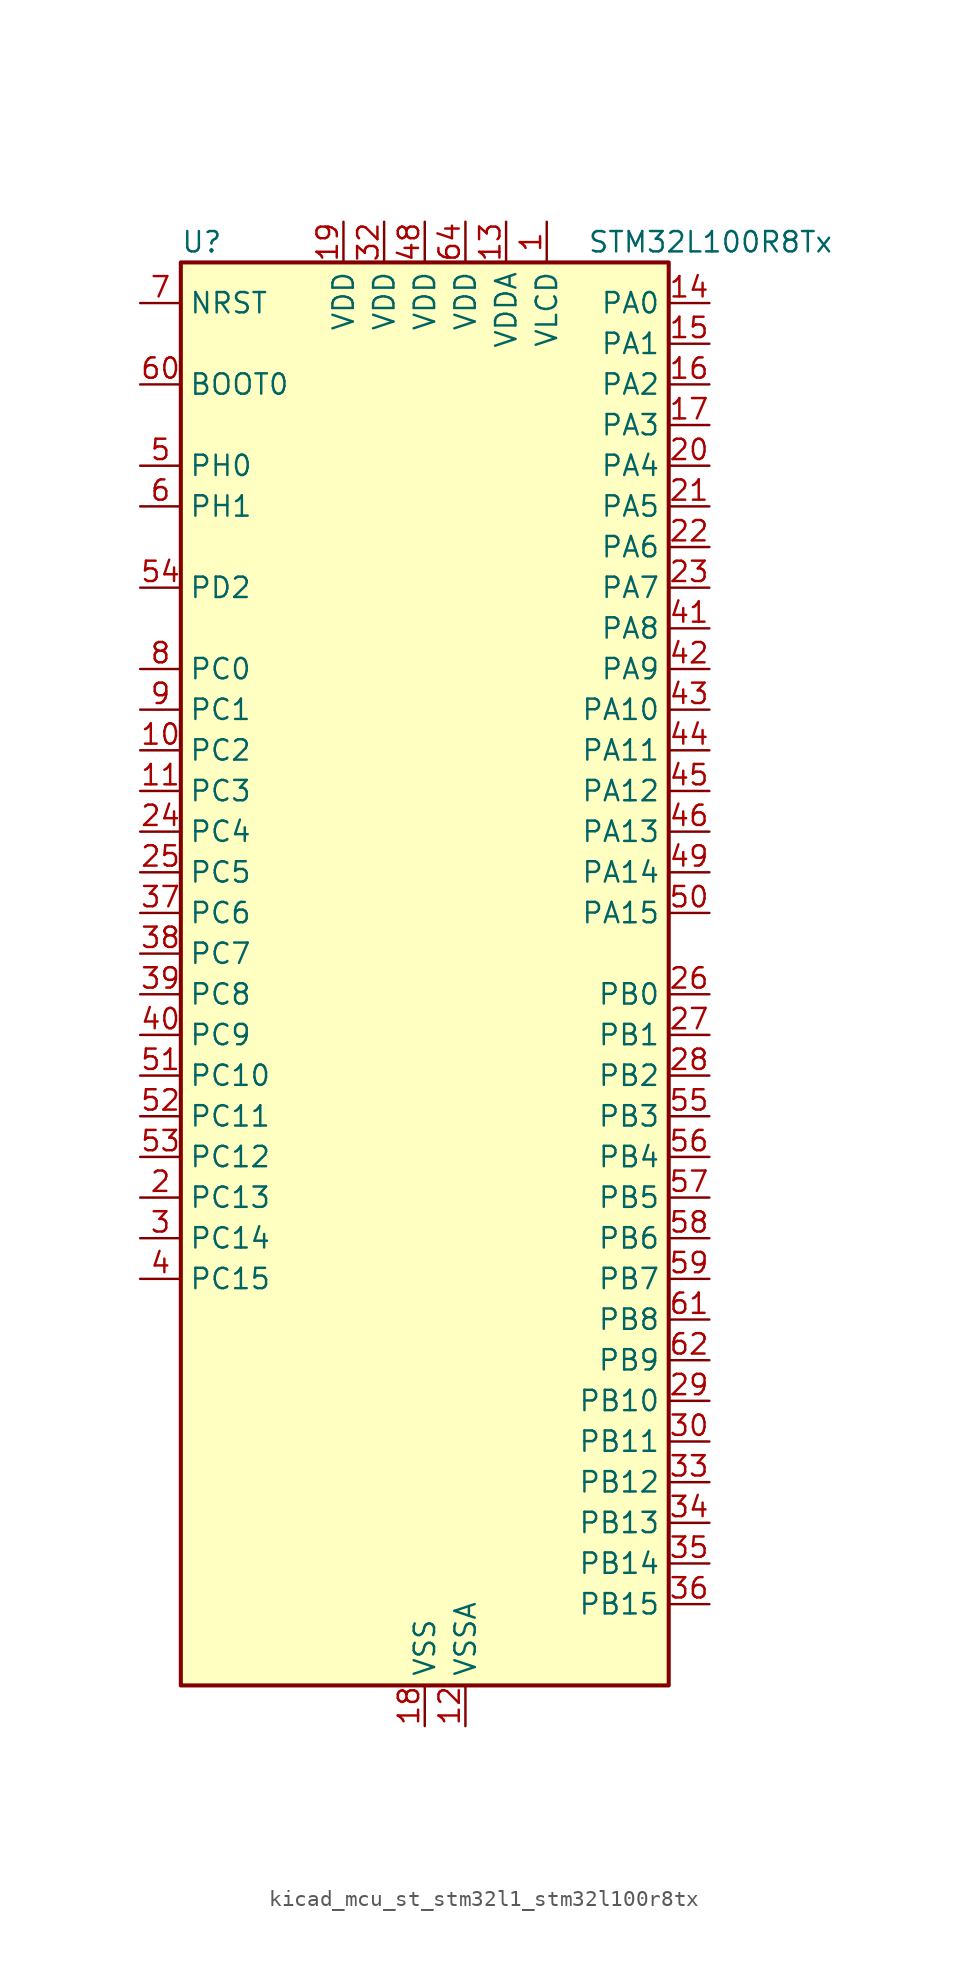
<source format=kicad_sym>
(kicad_symbol_lib
  (version 20220914)
  (generator kicad_symbol_editor)
  (symbol "kicad_mcu_st_stm32l1_stm32l100r8tx"
    (property "Reference" "U"
      (at -15.24 46.99 0)
      (effects (font (size 1.27 1.27)) (justify left)))
    (property "Value" "STM32L100R8Tx"
      (at 10.16 46.99 0)
      (effects (font (size 1.27 1.27)) (justify left)))
    (property "ki_locked" ""
      (at 0 0 0)
      (effects (font (size 1.27 1.27))))
    (symbol "kicad_mcu_st_stm32l1_stm32l100r8tx_0_1"
      (rectangle (start -15.24 -43.18) (end 15.24 45.72) (stroke (width 0.254) (type default)) (fill (type background))))
    (symbol "kicad_mcu_st_stm32l1_stm32l100r8tx_1_1"
      (pin power_in line (at 7.62 48.26 270) (length 2.54) (name "VLCD" (effects (font (size 1.27 1.27)))) (number "1" (effects (font (size 1.27 1.27)))))
      (pin bidirectional line (at -17.78 15.24 0) (length 2.54) (name "PC2" (effects (font (size 1.27 1.27)))) (number "10" (effects (font (size 1.27 1.27)))) (alternate "ADC_IN12" bidirectional line) (alternate "COMP1_INP" bidirectional line) (alternate "LCD_SEG20" bidirectional line) (alternate "TIMX_IC3" bidirectional line))
      (pin bidirectional line (at -17.78 12.7 0) (length 2.54) (name "PC3" (effects (font (size 1.27 1.27)))) (number "11" (effects (font (size 1.27 1.27)))) (alternate "ADC_IN13" bidirectional line) (alternate "COMP1_INP" bidirectional line) (alternate "LCD_SEG21" bidirectional line) (alternate "TIMX_IC4" bidirectional line))
      (pin power_in line (at 2.54 -45.72 90) (length 2.54) (name "VSSA" (effects (font (size 1.27 1.27)))) (number "12" (effects (font (size 1.27 1.27)))))
      (pin power_in line (at 5.08 48.26 270) (length 2.54) (name "VDDA" (effects (font (size 1.27 1.27)))) (number "13" (effects (font (size 1.27 1.27)))))
      (pin bidirectional line (at 17.78 43.18 180) (length 2.54) (name "PA0" (effects (font (size 1.27 1.27)))) (number "14" (effects (font (size 1.27 1.27)))) (alternate "ADC_IN0" bidirectional line) (alternate "COMP1_INP" bidirectional line) (alternate "SYS_WKUP1" bidirectional line) (alternate "TIM2_CH1" bidirectional line) (alternate "TIM2_ETR" bidirectional line) (alternate "TIMX_IC1" bidirectional line) (alternate "USART2_CTS" bidirectional line))
      (pin bidirectional line (at 17.78 40.64 180) (length 2.54) (name "PA1" (effects (font (size 1.27 1.27)))) (number "15" (effects (font (size 1.27 1.27)))) (alternate "ADC_IN1" bidirectional line) (alternate "COMP1_INP" bidirectional line) (alternate "LCD_SEG0" bidirectional line) (alternate "TIM2_CH2" bidirectional line) (alternate "TIMX_IC2" bidirectional line) (alternate "USART2_RTS" bidirectional line))
      (pin bidirectional line (at 17.78 38.1 180) (length 2.54) (name "PA2" (effects (font (size 1.27 1.27)))) (number "16" (effects (font (size 1.27 1.27)))) (alternate "ADC_IN2" bidirectional line) (alternate "COMP1_INP" bidirectional line) (alternate "LCD_SEG1" bidirectional line) (alternate "TIM2_CH3" bidirectional line) (alternate "TIM9_CH1" bidirectional line) (alternate "TIMX_IC3" bidirectional line) (alternate "USART2_TX" bidirectional line))
      (pin bidirectional line (at 17.78 35.56 180) (length 2.54) (name "PA3" (effects (font (size 1.27 1.27)))) (number "17" (effects (font (size 1.27 1.27)))) (alternate "ADC_IN3" bidirectional line) (alternate "COMP1_INP" bidirectional line) (alternate "LCD_SEG2" bidirectional line) (alternate "TIM2_CH4" bidirectional line) (alternate "TIM9_CH2" bidirectional line) (alternate "TIMX_IC4" bidirectional line) (alternate "USART2_RX" bidirectional line))
      (pin power_in line (at 0 -45.72 90) (length 2.54) (name "VSS" (effects (font (size 1.27 1.27)))) (number "18" (effects (font (size 1.27 1.27)))))
      (pin power_in line (at -5.08 48.26 270) (length 2.54) (name "VDD" (effects (font (size 1.27 1.27)))) (number "19" (effects (font (size 1.27 1.27)))))
      (pin bidirectional line (at -17.78 -12.7 0) (length 2.54) (name "PC13" (effects (font (size 1.27 1.27)))) (number "2" (effects (font (size 1.27 1.27)))) (alternate "RTC_OUT_ALARM" bidirectional line) (alternate "RTC_OUT_CALIB" bidirectional line) (alternate "RTC_TAMP1" bidirectional line) (alternate "RTC_TS" bidirectional line) (alternate "SYS_WKUP2" bidirectional line) (alternate "TIMX_IC2" bidirectional line))
      (pin bidirectional line (at 17.78 33.02 180) (length 2.54) (name "PA4" (effects (font (size 1.27 1.27)))) (number "20" (effects (font (size 1.27 1.27)))) (alternate "ADC_IN4" bidirectional line) (alternate "COMP1_INP" bidirectional line) (alternate "DAC_OUT1" bidirectional line) (alternate "SPI1_NSS" bidirectional line) (alternate "TIMX_IC1" bidirectional line) (alternate "USART2_CK" bidirectional line))
      (pin bidirectional line (at 17.78 30.48 180) (length 2.54) (name "PA5" (effects (font (size 1.27 1.27)))) (number "21" (effects (font (size 1.27 1.27)))) (alternate "ADC_IN5" bidirectional line) (alternate "COMP1_INP" bidirectional line) (alternate "DAC_OUT2" bidirectional line) (alternate "SPI1_SCK" bidirectional line) (alternate "TIM2_CH1" bidirectional line) (alternate "TIM2_ETR" bidirectional line) (alternate "TIMX_IC2" bidirectional line))
      (pin bidirectional line (at 17.78 27.94 180) (length 2.54) (name "PA6" (effects (font (size 1.27 1.27)))) (number "22" (effects (font (size 1.27 1.27)))) (alternate "ADC_IN6" bidirectional line) (alternate "COMP1_INP" bidirectional line) (alternate "LCD_SEG3" bidirectional line) (alternate "SPI1_MISO" bidirectional line) (alternate "TIM10_CH1" bidirectional line) (alternate "TIM3_CH1" bidirectional line) (alternate "TIMX_IC3" bidirectional line))
      (pin bidirectional line (at 17.78 25.4 180) (length 2.54) (name "PA7" (effects (font (size 1.27 1.27)))) (number "23" (effects (font (size 1.27 1.27)))) (alternate "ADC_IN7" bidirectional line) (alternate "COMP1_INP" bidirectional line) (alternate "LCD_SEG4" bidirectional line) (alternate "SPI1_MOSI" bidirectional line) (alternate "TIM11_CH1" bidirectional line) (alternate "TIM3_CH2" bidirectional line) (alternate "TIMX_IC4" bidirectional line))
      (pin bidirectional line (at -17.78 10.16 0) (length 2.54) (name "PC4" (effects (font (size 1.27 1.27)))) (number "24" (effects (font (size 1.27 1.27)))) (alternate "ADC_IN14" bidirectional line) (alternate "COMP1_INP" bidirectional line) (alternate "LCD_SEG22" bidirectional line) (alternate "TIMX_IC1" bidirectional line))
      (pin bidirectional line (at -17.78 7.62 0) (length 2.54) (name "PC5" (effects (font (size 1.27 1.27)))) (number "25" (effects (font (size 1.27 1.27)))) (alternate "ADC_IN15" bidirectional line) (alternate "COMP1_INP" bidirectional line) (alternate "LCD_SEG23" bidirectional line) (alternate "TIMX_IC2" bidirectional line))
      (pin bidirectional line (at 17.78 0 180) (length 2.54) (name "PB0" (effects (font (size 1.27 1.27)))) (number "26" (effects (font (size 1.27 1.27)))) (alternate "ADC_IN8" bidirectional line) (alternate "COMP1_INP" bidirectional line) (alternate "LCD_SEG5" bidirectional line) (alternate "SYS_V_REF_OUT" bidirectional line) (alternate "TIM3_CH3" bidirectional line))
      (pin bidirectional line (at 17.78 -2.54 180) (length 2.54) (name "PB1" (effects (font (size 1.27 1.27)))) (number "27" (effects (font (size 1.27 1.27)))) (alternate "ADC_IN9" bidirectional line) (alternate "COMP1_INP" bidirectional line) (alternate "LCD_SEG6" bidirectional line) (alternate "SYS_V_REF_OUT" bidirectional line) (alternate "TIM3_CH4" bidirectional line))
      (pin bidirectional line (at 17.78 -5.08 180) (length 2.54) (name "PB2" (effects (font (size 1.27 1.27)))) (number "28" (effects (font (size 1.27 1.27)))))
      (pin bidirectional line (at 17.78 -25.4 180) (length 2.54) (name "PB10" (effects (font (size 1.27 1.27)))) (number "29" (effects (font (size 1.27 1.27)))) (alternate "I2C2_SCL" bidirectional line) (alternate "LCD_SEG10" bidirectional line) (alternate "TIM2_CH3" bidirectional line) (alternate "USART3_TX" bidirectional line))
      (pin bidirectional line (at -17.78 -15.24 0) (length 2.54) (name "PC14" (effects (font (size 1.27 1.27)))) (number "3" (effects (font (size 1.27 1.27)))) (alternate "RCC_OSC32_IN" bidirectional line) (alternate "TIMX_IC3" bidirectional line))
      (pin bidirectional line (at 17.78 -27.94 180) (length 2.54) (name "PB11" (effects (font (size 1.27 1.27)))) (number "30" (effects (font (size 1.27 1.27)))) (alternate "ADC_EXTI11" bidirectional line) (alternate "I2C2_SDA" bidirectional line) (alternate "LCD_SEG11" bidirectional line) (alternate "TIM2_CH4" bidirectional line) (alternate "USART3_RX" bidirectional line))
      (pin passive line (at 0 -45.72 90) (length 2.54) hide (name "VSS" (effects (font (size 1.27 1.27)))) (number "31" (effects (font (size 1.27 1.27)))))
      (pin power_in line (at -2.54 48.26 270) (length 2.54) (name "VDD" (effects (font (size 1.27 1.27)))) (number "32" (effects (font (size 1.27 1.27)))))
      (pin bidirectional line (at 17.78 -30.48 180) (length 2.54) (name "PB12" (effects (font (size 1.27 1.27)))) (number "33" (effects (font (size 1.27 1.27)))) (alternate "ADC_IN18" bidirectional line) (alternate "COMP1_INP" bidirectional line) (alternate "I2C2_SMBA" bidirectional line) (alternate "LCD_SEG12" bidirectional line) (alternate "SPI2_NSS" bidirectional line) (alternate "TIM10_CH1" bidirectional line) (alternate "USART3_CK" bidirectional line))
      (pin bidirectional line (at 17.78 -33.02 180) (length 2.54) (name "PB13" (effects (font (size 1.27 1.27)))) (number "34" (effects (font (size 1.27 1.27)))) (alternate "ADC_IN19" bidirectional line) (alternate "COMP1_INP" bidirectional line) (alternate "LCD_SEG13" bidirectional line) (alternate "SPI2_SCK" bidirectional line) (alternate "TIM9_CH1" bidirectional line) (alternate "USART3_CTS" bidirectional line))
      (pin bidirectional line (at 17.78 -35.56 180) (length 2.54) (name "PB14" (effects (font (size 1.27 1.27)))) (number "35" (effects (font (size 1.27 1.27)))) (alternate "ADC_IN20" bidirectional line) (alternate "COMP1_INP" bidirectional line) (alternate "LCD_SEG14" bidirectional line) (alternate "SPI2_MISO" bidirectional line) (alternate "TIM9_CH2" bidirectional line) (alternate "USART3_RTS" bidirectional line))
      (pin bidirectional line (at 17.78 -38.1 180) (length 2.54) (name "PB15" (effects (font (size 1.27 1.27)))) (number "36" (effects (font (size 1.27 1.27)))) (alternate "ADC_EXTI15" bidirectional line) (alternate "ADC_IN21" bidirectional line) (alternate "COMP1_INP" bidirectional line) (alternate "LCD_SEG15" bidirectional line) (alternate "RTC_REFIN" bidirectional line) (alternate "SPI2_MOSI" bidirectional line) (alternate "TIM11_CH1" bidirectional line))
      (pin bidirectional line (at -17.78 5.08 0) (length 2.54) (name "PC6" (effects (font (size 1.27 1.27)))) (number "37" (effects (font (size 1.27 1.27)))) (alternate "LCD_SEG24" bidirectional line) (alternate "TIM3_CH1" bidirectional line) (alternate "TIMX_IC3" bidirectional line))
      (pin bidirectional line (at -17.78 2.54 0) (length 2.54) (name "PC7" (effects (font (size 1.27 1.27)))) (number "38" (effects (font (size 1.27 1.27)))) (alternate "LCD_SEG25" bidirectional line) (alternate "TIM3_CH2" bidirectional line) (alternate "TIMX_IC4" bidirectional line))
      (pin bidirectional line (at -17.78 0 0) (length 2.54) (name "PC8" (effects (font (size 1.27 1.27)))) (number "39" (effects (font (size 1.27 1.27)))) (alternate "LCD_SEG26" bidirectional line) (alternate "TIM3_CH3" bidirectional line) (alternate "TIMX_IC1" bidirectional line))
      (pin bidirectional line (at -17.78 -17.78 0) (length 2.54) (name "PC15" (effects (font (size 1.27 1.27)))) (number "4" (effects (font (size 1.27 1.27)))) (alternate "ADC_EXTI15" bidirectional line) (alternate "RCC_OSC32_OUT" bidirectional line) (alternate "TIMX_IC4" bidirectional line))
      (pin bidirectional line (at -17.78 -2.54 0) (length 2.54) (name "PC9" (effects (font (size 1.27 1.27)))) (number "40" (effects (font (size 1.27 1.27)))) (alternate "DAC_EXTI9" bidirectional line) (alternate "LCD_SEG27" bidirectional line) (alternate "TIM3_CH4" bidirectional line) (alternate "TIMX_IC2" bidirectional line))
      (pin bidirectional line (at 17.78 22.86 180) (length 2.54) (name "PA8" (effects (font (size 1.27 1.27)))) (number "41" (effects (font (size 1.27 1.27)))) (alternate "LCD_COM0" bidirectional line) (alternate "RCC_MCO" bidirectional line) (alternate "TIMX_IC1" bidirectional line) (alternate "USART1_CK" bidirectional line))
      (pin bidirectional line (at 17.78 20.32 180) (length 2.54) (name "PA9" (effects (font (size 1.27 1.27)))) (number "42" (effects (font (size 1.27 1.27)))) (alternate "DAC_EXTI9" bidirectional line) (alternate "LCD_COM1" bidirectional line) (alternate "TIMX_IC2" bidirectional line) (alternate "USART1_TX" bidirectional line))
      (pin bidirectional line (at 17.78 17.78 180) (length 2.54) (name "PA10" (effects (font (size 1.27 1.27)))) (number "43" (effects (font (size 1.27 1.27)))) (alternate "LCD_COM2" bidirectional line) (alternate "TIMX_IC3" bidirectional line) (alternate "USART1_RX" bidirectional line))
      (pin bidirectional line (at 17.78 15.24 180) (length 2.54) (name "PA11" (effects (font (size 1.27 1.27)))) (number "44" (effects (font (size 1.27 1.27)))) (alternate "ADC_EXTI11" bidirectional line) (alternate "SPI1_MISO" bidirectional line) (alternate "TIMX_IC4" bidirectional line) (alternate "USART1_CTS" bidirectional line) (alternate "USB_DM" bidirectional line))
      (pin bidirectional line (at 17.78 12.7 180) (length 2.54) (name "PA12" (effects (font (size 1.27 1.27)))) (number "45" (effects (font (size 1.27 1.27)))) (alternate "SPI1_MOSI" bidirectional line) (alternate "TIMX_IC1" bidirectional line) (alternate "USART1_RTS" bidirectional line) (alternate "USB_DP" bidirectional line))
      (pin bidirectional line (at 17.78 10.16 180) (length 2.54) (name "PA13" (effects (font (size 1.27 1.27)))) (number "46" (effects (font (size 1.27 1.27)))) (alternate "SYS_JTMS-SWDIO" bidirectional line) (alternate "TIMX_IC2" bidirectional line))
      (pin passive line (at 0 -45.72 90) (length 2.54) hide (name "VSS" (effects (font (size 1.27 1.27)))) (number "47" (effects (font (size 1.27 1.27)))))
      (pin power_in line (at 0 48.26 270) (length 2.54) (name "VDD" (effects (font (size 1.27 1.27)))) (number "48" (effects (font (size 1.27 1.27)))))
      (pin bidirectional line (at 17.78 7.62 180) (length 2.54) (name "PA14" (effects (font (size 1.27 1.27)))) (number "49" (effects (font (size 1.27 1.27)))) (alternate "SYS_JTCK-SWCLK" bidirectional line) (alternate "TIMX_IC3" bidirectional line))
      (pin bidirectional line (at -17.78 33.02 0) (length 2.54) (name "PH0" (effects (font (size 1.27 1.27)))) (number "5" (effects (font (size 1.27 1.27)))) (alternate "RCC_OSC_IN" bidirectional line))
      (pin bidirectional line (at 17.78 5.08 180) (length 2.54) (name "PA15" (effects (font (size 1.27 1.27)))) (number "50" (effects (font (size 1.27 1.27)))) (alternate "ADC_EXTI15" bidirectional line) (alternate "LCD_SEG17" bidirectional line) (alternate "SPI1_NSS" bidirectional line) (alternate "SYS_JTDI" bidirectional line) (alternate "TIM2_CH1" bidirectional line) (alternate "TIM2_ETR" bidirectional line) (alternate "TIMX_IC4" bidirectional line))
      (pin bidirectional line (at -17.78 -5.08 0) (length 2.54) (name "PC10" (effects (font (size 1.27 1.27)))) (number "51" (effects (font (size 1.27 1.27)))) (alternate "LCD_COM4" bidirectional line) (alternate "LCD_SEG28" bidirectional line) (alternate "TIMX_IC3" bidirectional line) (alternate "USART3_TX" bidirectional line))
      (pin bidirectional line (at -17.78 -7.62 0) (length 2.54) (name "PC11" (effects (font (size 1.27 1.27)))) (number "52" (effects (font (size 1.27 1.27)))) (alternate "ADC_EXTI11" bidirectional line) (alternate "LCD_COM5" bidirectional line) (alternate "LCD_SEG29" bidirectional line) (alternate "TIMX_IC4" bidirectional line) (alternate "USART3_RX" bidirectional line))
      (pin bidirectional line (at -17.78 -10.16 0) (length 2.54) (name "PC12" (effects (font (size 1.27 1.27)))) (number "53" (effects (font (size 1.27 1.27)))) (alternate "LCD_COM6" bidirectional line) (alternate "LCD_SEG30" bidirectional line) (alternate "TIMX_IC1" bidirectional line) (alternate "USART3_CK" bidirectional line))
      (pin bidirectional line (at -17.78 25.4 0) (length 2.54) (name "PD2" (effects (font (size 1.27 1.27)))) (number "54" (effects (font (size 1.27 1.27)))) (alternate "LCD_COM7" bidirectional line) (alternate "LCD_SEG31" bidirectional line) (alternate "TIM3_ETR" bidirectional line) (alternate "TIMX_IC3" bidirectional line))
      (pin bidirectional line (at 17.78 -7.62 180) (length 2.54) (name "PB3" (effects (font (size 1.27 1.27)))) (number "55" (effects (font (size 1.27 1.27)))) (alternate "COMP2_INM" bidirectional line) (alternate "LCD_SEG7" bidirectional line) (alternate "SPI1_SCK" bidirectional line) (alternate "SYS_JTDO-TRACESWO" bidirectional line) (alternate "TIM2_CH2" bidirectional line))
      (pin bidirectional line (at 17.78 -10.16 180) (length 2.54) (name "PB4" (effects (font (size 1.27 1.27)))) (number "56" (effects (font (size 1.27 1.27)))) (alternate "COMP2_INP" bidirectional line) (alternate "LCD_SEG8" bidirectional line) (alternate "SPI1_MISO" bidirectional line) (alternate "SYS_JTRST" bidirectional line) (alternate "TIM3_CH1" bidirectional line))
      (pin bidirectional line (at 17.78 -12.7 180) (length 2.54) (name "PB5" (effects (font (size 1.27 1.27)))) (number "57" (effects (font (size 1.27 1.27)))) (alternate "COMP2_INP" bidirectional line) (alternate "I2C1_SMBA" bidirectional line) (alternate "LCD_SEG9" bidirectional line) (alternate "SPI1_MOSI" bidirectional line) (alternate "TIM3_CH2" bidirectional line))
      (pin bidirectional line (at 17.78 -15.24 180) (length 2.54) (name "PB6" (effects (font (size 1.27 1.27)))) (number "58" (effects (font (size 1.27 1.27)))) (alternate "I2C1_SCL" bidirectional line) (alternate "TIM4_CH1" bidirectional line) (alternate "USART1_TX" bidirectional line))
      (pin bidirectional line (at 17.78 -17.78 180) (length 2.54) (name "PB7" (effects (font (size 1.27 1.27)))) (number "59" (effects (font (size 1.27 1.27)))) (alternate "I2C1_SDA" bidirectional line) (alternate "SYS_PVD_IN" bidirectional line) (alternate "TIM4_CH2" bidirectional line) (alternate "USART1_RX" bidirectional line))
      (pin bidirectional line (at -17.78 30.48 0) (length 2.54) (name "PH1" (effects (font (size 1.27 1.27)))) (number "6" (effects (font (size 1.27 1.27)))) (alternate "RCC_OSC_OUT" bidirectional line))
      (pin input line (at -17.78 38.1 0) (length 2.54) (name "BOOT0" (effects (font (size 1.27 1.27)))) (number "60" (effects (font (size 1.27 1.27)))))
      (pin bidirectional line (at 17.78 -20.32 180) (length 2.54) (name "PB8" (effects (font (size 1.27 1.27)))) (number "61" (effects (font (size 1.27 1.27)))) (alternate "I2C1_SCL" bidirectional line) (alternate "LCD_SEG16" bidirectional line) (alternate "TIM10_CH1" bidirectional line) (alternate "TIM4_CH3" bidirectional line))
      (pin bidirectional line (at 17.78 -22.86 180) (length 2.54) (name "PB9" (effects (font (size 1.27 1.27)))) (number "62" (effects (font (size 1.27 1.27)))) (alternate "DAC_EXTI9" bidirectional line) (alternate "I2C1_SDA" bidirectional line) (alternate "LCD_COM3" bidirectional line) (alternate "TIM11_CH1" bidirectional line) (alternate "TIM4_CH4" bidirectional line))
      (pin passive line (at 0 -45.72 90) (length 2.54) hide (name "VSS" (effects (font (size 1.27 1.27)))) (number "63" (effects (font (size 1.27 1.27)))))
      (pin power_in line (at 2.54 48.26 270) (length 2.54) (name "VDD" (effects (font (size 1.27 1.27)))) (number "64" (effects (font (size 1.27 1.27)))))
      (pin input line (at -17.78 43.18 0) (length 2.54) (name "NRST" (effects (font (size 1.27 1.27)))) (number "7" (effects (font (size 1.27 1.27)))))
      (pin bidirectional line (at -17.78 20.32 0) (length 2.54) (name "PC0" (effects (font (size 1.27 1.27)))) (number "8" (effects (font (size 1.27 1.27)))) (alternate "ADC_IN10" bidirectional line) (alternate "COMP1_INP" bidirectional line) (alternate "LCD_SEG18" bidirectional line) (alternate "TIMX_IC1" bidirectional line))
      (pin bidirectional line (at -17.78 17.78 0) (length 2.54) (name "PC1" (effects (font (size 1.27 1.27)))) (number "9" (effects (font (size 1.27 1.27)))) (alternate "ADC_IN11" bidirectional line) (alternate "COMP1_INP" bidirectional line) (alternate "LCD_SEG19" bidirectional line) (alternate "TIMX_IC2" bidirectional line)))))
</source>
